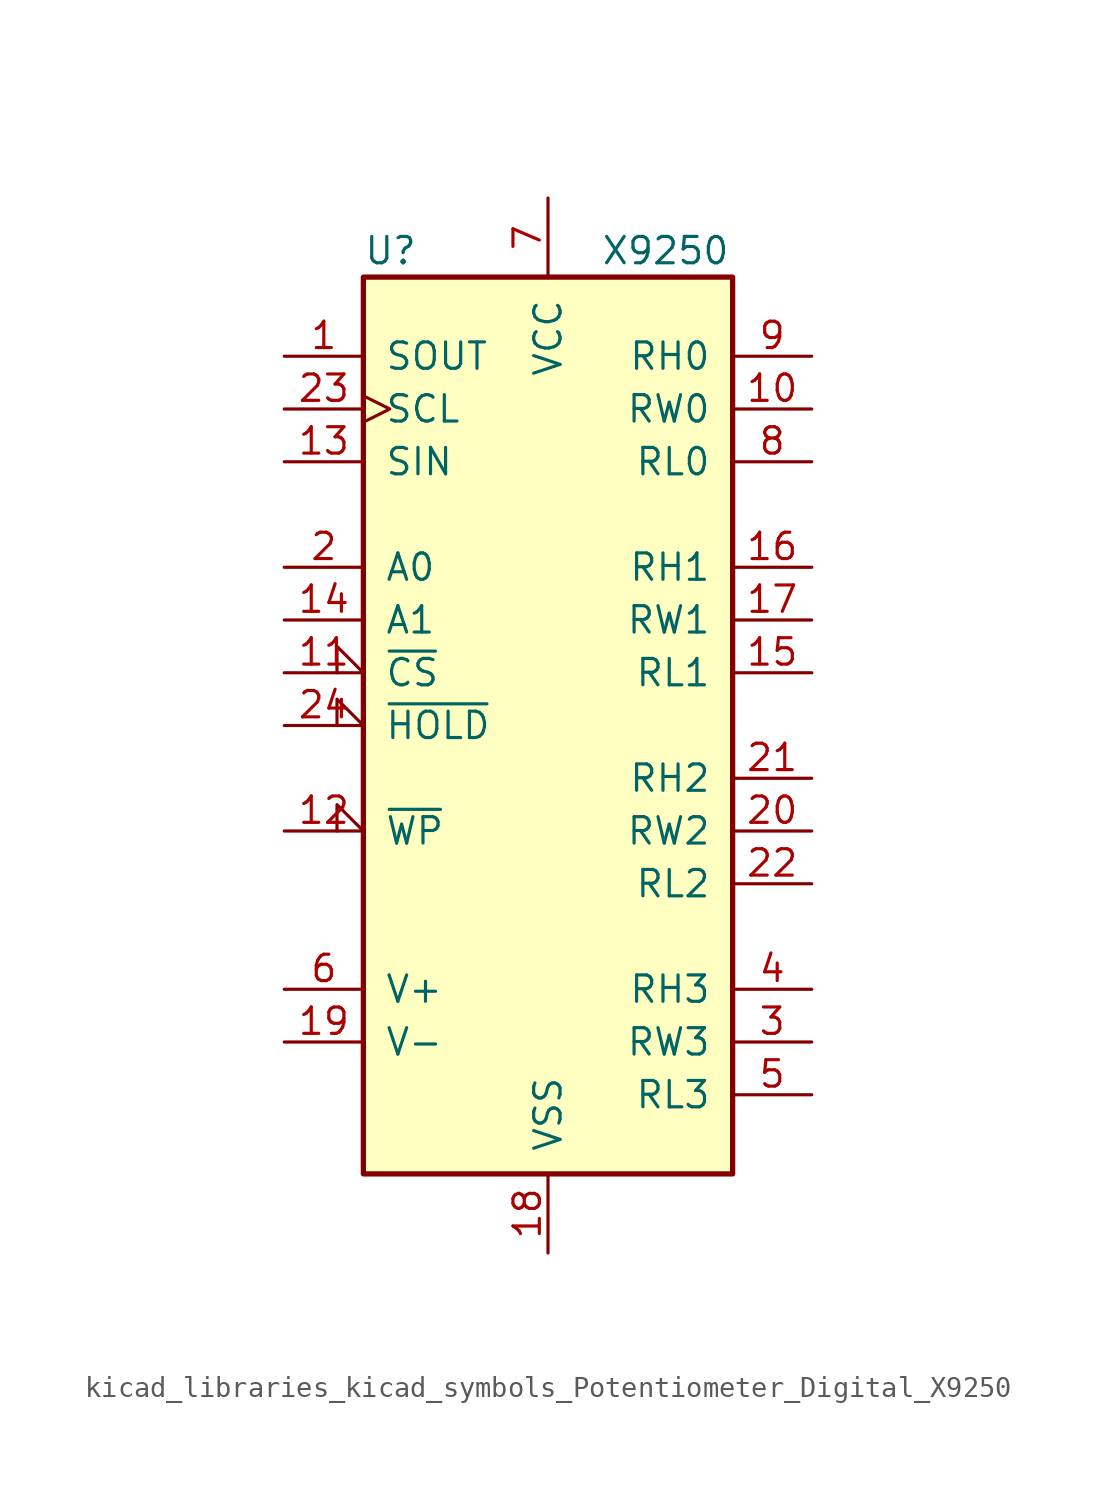
<source format=kicad_sym>
(kicad_symbol_lib
  (version 20220914)
  (generator kicad_symbol_editor)
  (symbol "kicad_libraries_kicad_symbols_Potentiometer_Digital_X9250"
    (pin_names
      (offset 1.016))
    (property "Reference" "U"
      (at -8.89 22.86 0)
      (effects (font (size 1.27 1.27)) (justify left)))
    (property "Value" "X9250"
      (at 2.54 22.86 0)
      (effects (font (size 1.27 1.27)) (justify left)))
    (symbol "kicad_libraries_kicad_symbols_Potentiometer_Digital_X9250_0_0"
      (pin input input_low (at -12.7 2.54 0) (length 3.81) (name "~{CS}" (effects (font (size 1.27 1.27)))) (number "11" (effects (font (size 1.27 1.27)))))
      (pin input line (at -12.7 12.7 0) (length 3.81) (name "SIN" (effects (font (size 1.27 1.27)))) (number "13" (effects (font (size 1.27 1.27)))))
      (pin input line (at -12.7 5.08 0) (length 3.81) (name "A1" (effects (font (size 1.27 1.27)))) (number "14" (effects (font (size 1.27 1.27)))))
      (pin power_in line (at 0 -25.4 90) (length 3.81) (name "VSS" (effects (font (size 1.27 1.27)))) (number "18" (effects (font (size 1.27 1.27)))))
      (pin passive line (at -12.7 -15.24 0) (length 3.81) (name "V-" (effects (font (size 1.27 1.27)))) (number "19" (effects (font (size 1.27 1.27)))))
      (pin input line (at -12.7 7.62 0) (length 3.81) (name "A0" (effects (font (size 1.27 1.27)))) (number "2" (effects (font (size 1.27 1.27)))))
      (pin input clock (at -12.7 15.24 0) (length 3.81) (name "SCL" (effects (font (size 1.27 1.27)))) (number "23" (effects (font (size 1.27 1.27)))))
      (pin input input_low (at -12.7 0 0) (length 3.81) (name "~{HOLD}" (effects (font (size 1.27 1.27)))) (number "24" (effects (font (size 1.27 1.27)))))
      (pin passive line (at -12.7 -12.7 0) (length 3.81) (name "V+" (effects (font (size 1.27 1.27)))) (number "6" (effects (font (size 1.27 1.27)))))
      (pin power_in line (at 0 25.4 270) (length 3.81) (name "VCC" (effects (font (size 1.27 1.27)))) (number "7" (effects (font (size 1.27 1.27))))))
    (symbol "kicad_libraries_kicad_symbols_Potentiometer_Digital_X9250_0_1"
      (rectangle (start -8.89 21.59) (end 8.89 -21.59) (stroke (width 0.254) (type default)) (fill (type background))))
    (symbol "kicad_libraries_kicad_symbols_Potentiometer_Digital_X9250_1_1"
      (pin output line (at -12.7 17.78 0) (length 3.81) (name "SOUT" (effects (font (size 1.27 1.27)))) (number "1" (effects (font (size 1.27 1.27)))))
      (pin passive line (at 12.7 15.24 180) (length 3.81) (name "RW0" (effects (font (size 1.27 1.27)))) (number "10" (effects (font (size 1.27 1.27)))))
      (pin input input_low (at -12.7 -5.08 0) (length 3.81) (name "~{WP}" (effects (font (size 1.27 1.27)))) (number "12" (effects (font (size 1.27 1.27)))))
      (pin passive line (at 12.7 2.54 180) (length 3.81) (name "RL1" (effects (font (size 1.27 1.27)))) (number "15" (effects (font (size 1.27 1.27)))))
      (pin passive line (at 12.7 7.62 180) (length 3.81) (name "RH1" (effects (font (size 1.27 1.27)))) (number "16" (effects (font (size 1.27 1.27)))))
      (pin passive line (at 12.7 5.08 180) (length 3.81) (name "RW1" (effects (font (size 1.27 1.27)))) (number "17" (effects (font (size 1.27 1.27)))))
      (pin passive line (at 12.7 -5.08 180) (length 3.81) (name "RW2" (effects (font (size 1.27 1.27)))) (number "20" (effects (font (size 1.27 1.27)))))
      (pin passive line (at 12.7 -2.54 180) (length 3.81) (name "RH2" (effects (font (size 1.27 1.27)))) (number "21" (effects (font (size 1.27 1.27)))))
      (pin passive line (at 12.7 -7.62 180) (length 3.81) (name "RL2" (effects (font (size 1.27 1.27)))) (number "22" (effects (font (size 1.27 1.27)))))
      (pin passive line (at 12.7 -15.24 180) (length 3.81) (name "RW3" (effects (font (size 1.27 1.27)))) (number "3" (effects (font (size 1.27 1.27)))))
      (pin passive line (at 12.7 -12.7 180) (length 3.81) (name "RH3" (effects (font (size 1.27 1.27)))) (number "4" (effects (font (size 1.27 1.27)))))
      (pin passive line (at 12.7 -17.78 180) (length 3.81) (name "RL3" (effects (font (size 1.27 1.27)))) (number "5" (effects (font (size 1.27 1.27)))))
      (pin passive line (at 12.7 12.7 180) (length 3.81) (name "RL0" (effects (font (size 1.27 1.27)))) (number "8" (effects (font (size 1.27 1.27)))))
      (pin passive line (at 12.7 17.78 180) (length 3.81) (name "RH0" (effects (font (size 1.27 1.27)))) (number "9" (effects (font (size 1.27 1.27))))))))
</source>
